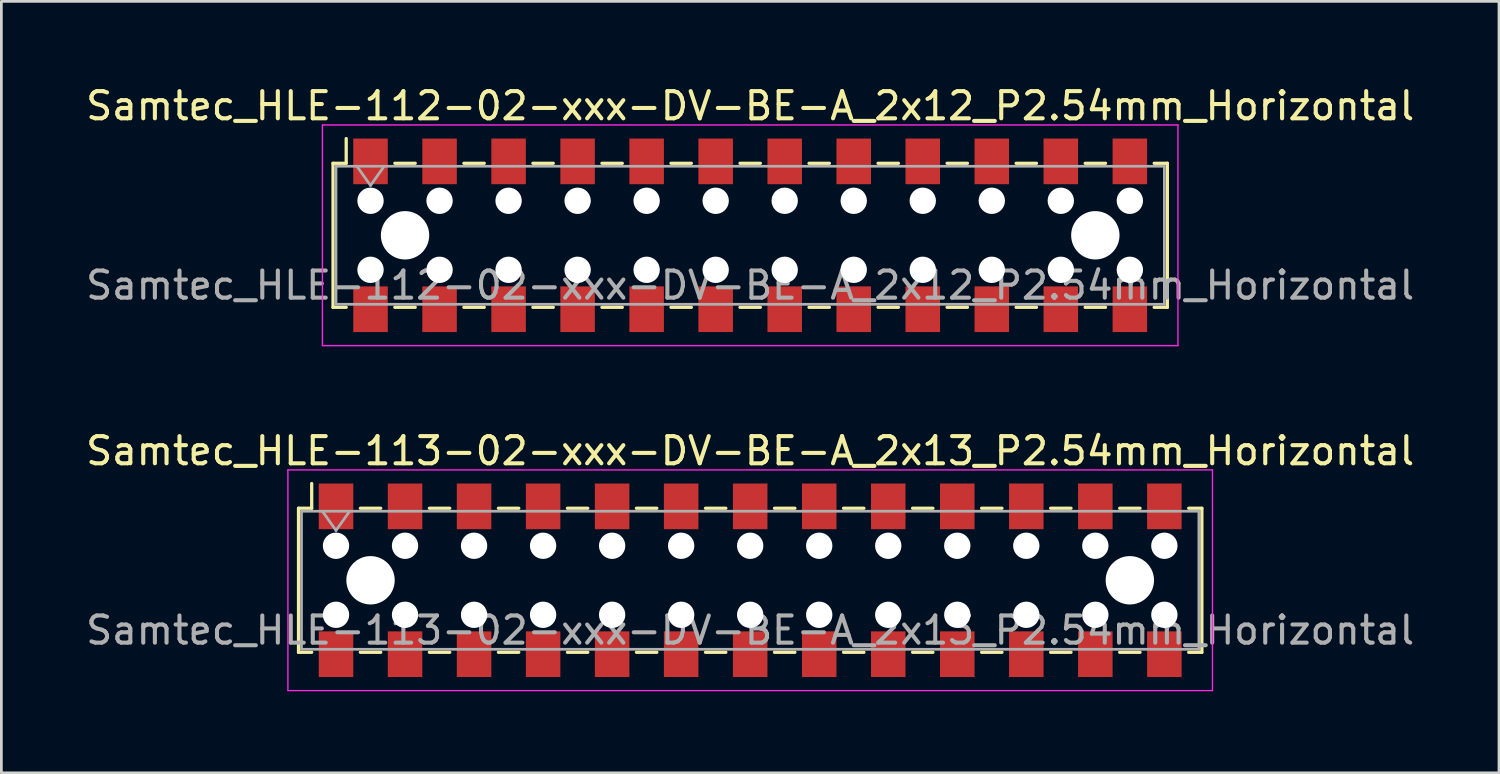
<source format=kicad_pcb>
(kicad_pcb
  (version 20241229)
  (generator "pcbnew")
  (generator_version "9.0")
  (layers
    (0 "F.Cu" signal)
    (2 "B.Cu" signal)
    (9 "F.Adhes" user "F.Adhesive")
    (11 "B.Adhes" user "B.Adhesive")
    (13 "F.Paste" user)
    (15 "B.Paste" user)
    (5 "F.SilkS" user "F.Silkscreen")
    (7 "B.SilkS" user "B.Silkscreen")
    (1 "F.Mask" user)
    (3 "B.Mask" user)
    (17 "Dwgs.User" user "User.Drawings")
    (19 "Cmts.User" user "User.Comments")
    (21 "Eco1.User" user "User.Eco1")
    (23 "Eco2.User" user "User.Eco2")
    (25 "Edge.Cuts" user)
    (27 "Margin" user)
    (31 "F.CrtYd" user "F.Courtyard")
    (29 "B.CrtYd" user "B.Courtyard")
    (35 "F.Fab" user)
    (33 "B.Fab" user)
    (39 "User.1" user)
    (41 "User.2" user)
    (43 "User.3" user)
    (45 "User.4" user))
  (footprint "Samtec_HLE-113-02-xxx-DV-BE-A_2x13_P2.54mm_Horizontal"
    (layer "F.Cu")
    (at 24.554 18.302)
    (property "Reference" "Samtec_HLE-113-02-xxx-DV-BE-A_2x13_P2.54mm_Horizontal" (at 0 -4.76 0) (layer "F.SilkS") (effects (font (size 1 1) (thickness 0.15))))
    (attr smd)
    (fp_line (start -16.62 -2.65) (end -16.62 2.65) (stroke (width 0.12) (type solid)) (layer "F.SilkS"))
    (fp_line (start -16.62 2.65) (end -16.135 2.65) (stroke (width 0.12) (type solid)) (layer "F.SilkS"))
    (fp_line (start -16.135 -3.56) (end -16.135 -2.65) (stroke (width 0.12) (type solid)) (layer "F.SilkS"))
    (fp_line (start -16.135 -2.65) (end -16.62 -2.65) (stroke (width 0.12) (type solid)) (layer "F.SilkS"))
    (fp_line (start -14.345 -2.65) (end -13.595 -2.65) (stroke (width 0.12) (type solid)) (layer "F.SilkS"))
    (fp_line (start -14.345 2.65) (end -13.595 2.65) (stroke (width 0.12) (type solid)) (layer "F.SilkS"))
    (fp_line (start -11.805 -2.65) (end -11.055 -2.65) (stroke (width 0.12) (type solid)) (layer "F.SilkS"))
    (fp_line (start -11.805 2.65) (end -11.055 2.65) (stroke (width 0.12) (type solid)) (layer "F.SilkS"))
    (fp_line (start -9.265 -2.65) (end -8.515 -2.65) (stroke (width 0.12) (type solid)) (layer "F.SilkS"))
    (fp_line (start -9.265 2.65) (end -8.515 2.65) (stroke (width 0.12) (type solid)) (layer "F.SilkS"))
    (fp_line (start -6.725 -2.65) (end -5.975 -2.65) (stroke (width 0.12) (type solid)) (layer "F.SilkS"))
    (fp_line (start -6.725 2.65) (end -5.975 2.65) (stroke (width 0.12) (type solid)) (layer "F.SilkS"))
    (fp_line (start -4.185 -2.65) (end -3.435 -2.65) (stroke (width 0.12) (type solid)) (layer "F.SilkS"))
    (fp_line (start -4.185 2.65) (end -3.435 2.65) (stroke (width 0.12) (type solid)) (layer "F.SilkS"))
    (fp_line (start -1.645 -2.65) (end -0.895 -2.65) (stroke (width 0.12) (type solid)) (layer "F.SilkS"))
    (fp_line (start -1.645 2.65) (end -0.895 2.65) (stroke (width 0.12) (type solid)) (layer "F.SilkS"))
    (fp_line (start 0.895 -2.65) (end 1.645 -2.65) (stroke (width 0.12) (type solid)) (layer "F.SilkS"))
    (fp_line (start 0.895 2.65) (end 1.645 2.65) (stroke (width 0.12) (type solid)) (layer "F.SilkS"))
    (fp_line (start 3.435 -2.65) (end 4.185 -2.65) (stroke (width 0.12) (type solid)) (layer "F.SilkS"))
    (fp_line (start 3.435 2.65) (end 4.185 2.65) (stroke (width 0.12) (type solid)) (layer "F.SilkS"))
    (fp_line (start 5.975 -2.65) (end 6.725 -2.65) (stroke (width 0.12) (type solid)) (layer "F.SilkS"))
    (fp_line (start 5.975 2.65) (end 6.725 2.65) (stroke (width 0.12) (type solid)) (layer "F.SilkS"))
    (fp_line (start 8.515 -2.65) (end 9.265 -2.65) (stroke (width 0.12) (type solid)) (layer "F.SilkS"))
    (fp_line (start 8.515 2.65) (end 9.265 2.65) (stroke (width 0.12) (type solid)) (layer "F.SilkS"))
    (fp_line (start 11.055 -2.65) (end 11.805 -2.65) (stroke (width 0.12) (type solid)) (layer "F.SilkS"))
    (fp_line (start 11.055 2.65) (end 11.805 2.65) (stroke (width 0.12) (type solid)) (layer "F.SilkS"))
    (fp_line (start 13.595 -2.65) (end 14.345 -2.65) (stroke (width 0.12) (type solid)) (layer "F.SilkS"))
    (fp_line (start 13.595 2.65) (end 14.345 2.65) (stroke (width 0.12) (type solid)) (layer "F.SilkS"))
    (fp_line (start 16.135 -2.65) (end 16.62 -2.65) (stroke (width 0.12) (type solid)) (layer "F.SilkS"))
    (fp_line (start 16.62 -2.65) (end 16.62 2.65) (stroke (width 0.12) (type solid)) (layer "F.SilkS"))
    (fp_line (start 16.62 2.65) (end 16.135 2.65) (stroke (width 0.12) (type solid)) (layer "F.SilkS"))
    (fp_line (start -17.01 -4.06) (end 17.01 -4.06) (stroke (width 0.05) (type solid)) (layer "F.CrtYd"))
    (fp_line (start -17.01 4.06) (end -17.01 -4.06) (stroke (width 0.05) (type solid)) (layer "F.CrtYd"))
    (fp_line (start 17.01 -4.06) (end 17.01 4.06) (stroke (width 0.05) (type solid)) (layer "F.CrtYd"))
    (fp_line (start 17.01 4.06) (end -17.01 4.06) (stroke (width 0.05) (type solid)) (layer "F.CrtYd"))
    (fp_line (start -16.51 -2.54) (end 16.51 -2.54) (stroke (width 0.1) (type solid)) (layer "F.Fab"))
    (fp_line (start -16.51 2.54) (end -16.51 -2.54) (stroke (width 0.1) (type solid)) (layer "F.Fab"))
    (fp_line (start -15.74 -2.54) (end -15.24 -1.833) (stroke (width 0.1) (type solid)) (layer "F.Fab"))
    (fp_line (start -15.24 -1.833) (end -14.74 -2.54) (stroke (width 0.1) (type solid)) (layer "F.Fab"))
    (fp_line (start 16.51 -2.54) (end 16.51 2.54) (stroke (width 0.1) (type solid)) (layer "F.Fab"))
    (fp_line (start 16.51 2.54) (end -16.51 2.54) (stroke (width 0.1) (type solid)) (layer "F.Fab"))
    (fp_text user "${REFERENCE}" (at 0 1.84 0) (layer "F.Fab") (effects (font (size 1 1) (thickness 0.15))))
    (pad "" np_thru_hole circle (at -15.24 -1.27) (size 0.97 0.97) (drill 0.97) (layers "*.Cu" "*.Mask"))
    (pad "" np_thru_hole circle (at -15.24 1.27) (size 0.97 0.97) (drill 0.97) (layers "*.Cu" "*.Mask"))
    (pad "" np_thru_hole circle (at -13.97 0) (size 1.78 1.78) (drill 1.78) (layers "*.Cu" "*.Mask"))
    (pad "" np_thru_hole circle (at -12.7 -1.27) (size 0.97 0.97) (drill 0.97) (layers "*.Cu" "*.Mask"))
    (pad "" np_thru_hole circle (at -12.7 1.27) (size 0.97 0.97) (drill 0.97) (layers "*.Cu" "*.Mask"))
    (pad "" np_thru_hole circle (at -10.16 -1.27) (size 0.97 0.97) (drill 0.97) (layers "*.Cu" "*.Mask"))
    (pad "" np_thru_hole circle (at -10.16 1.27) (size 0.97 0.97) (drill 0.97) (layers "*.Cu" "*.Mask"))
    (pad "" np_thru_hole circle (at -7.62 -1.27) (size 0.97 0.97) (drill 0.97) (layers "*.Cu" "*.Mask"))
    (pad "" np_thru_hole circle (at -7.62 1.27) (size 0.97 0.97) (drill 0.97) (layers "*.Cu" "*.Mask"))
    (pad "" np_thru_hole circle (at -5.08 -1.27) (size 0.97 0.97) (drill 0.97) (layers "*.Cu" "*.Mask"))
    (pad "" np_thru_hole circle (at -5.08 1.27) (size 0.97 0.97) (drill 0.97) (layers "*.Cu" "*.Mask"))
    (pad "" np_thru_hole circle (at -2.54 -1.27) (size 0.97 0.97) (drill 0.97) (layers "*.Cu" "*.Mask"))
    (pad "" np_thru_hole circle (at -2.54 1.27) (size 0.97 0.97) (drill 0.97) (layers "*.Cu" "*.Mask"))
    (pad "" np_thru_hole circle (at 0 -1.27) (size 0.97 0.97) (drill 0.97) (layers "*.Cu" "*.Mask"))
    (pad "" np_thru_hole circle (at 0 1.27) (size 0.97 0.97) (drill 0.97) (layers "*.Cu" "*.Mask"))
    (pad "" np_thru_hole circle (at 2.54 -1.27) (size 0.97 0.97) (drill 0.97) (layers "*.Cu" "*.Mask"))
    (pad "" np_thru_hole circle (at 2.54 1.27) (size 0.97 0.97) (drill 0.97) (layers "*.Cu" "*.Mask"))
    (pad "" np_thru_hole circle (at 5.08 -1.27) (size 0.97 0.97) (drill 0.97) (layers "*.Cu" "*.Mask"))
    (pad "" np_thru_hole circle (at 5.08 1.27) (size 0.97 0.97) (drill 0.97) (layers "*.Cu" "*.Mask"))
    (pad "" np_thru_hole circle (at 7.62 -1.27) (size 0.97 0.97) (drill 0.97) (layers "*.Cu" "*.Mask"))
    (pad "" np_thru_hole circle (at 7.62 1.27) (size 0.97 0.97) (drill 0.97) (layers "*.Cu" "*.Mask"))
    (pad "" np_thru_hole circle (at 10.16 -1.27) (size 0.97 0.97) (drill 0.97) (layers "*.Cu" "*.Mask"))
    (pad "" np_thru_hole circle (at 10.16 1.27) (size 0.97 0.97) (drill 0.97) (layers "*.Cu" "*.Mask"))
    (pad "" np_thru_hole circle (at 12.7 -1.27) (size 0.97 0.97) (drill 0.97) (layers "*.Cu" "*.Mask"))
    (pad "" np_thru_hole circle (at 12.7 1.27) (size 0.97 0.97) (drill 0.97) (layers "*.Cu" "*.Mask"))
    (pad "" np_thru_hole circle (at 13.97 0) (size 1.78 1.78) (drill 1.78) (layers "*.Cu" "*.Mask"))
    (pad "" np_thru_hole circle (at 15.24 -1.27) (size 0.97 0.97) (drill 0.97) (layers "*.Cu" "*.Mask"))
    (pad "" np_thru_hole circle (at 15.24 1.27) (size 0.97 0.97) (drill 0.97) (layers "*.Cu" "*.Mask"))
    (pad "1" smd rect (at -15.24 -2.72) (size 1.27 1.68) (layers "F.Cu" "F.Mask" "F.Paste"))
    (pad "2" smd rect (at -15.24 2.72) (size 1.27 1.68) (layers "F.Cu" "F.Mask" "F.Paste"))
    (pad "3" smd rect (at -12.7 -2.72) (size 1.27 1.68) (layers "F.Cu" "F.Mask" "F.Paste"))
    (pad "4" smd rect (at -12.7 2.72) (size 1.27 1.68) (layers "F.Cu" "F.Mask" "F.Paste"))
    (pad "5" smd rect (at -10.16 -2.72) (size 1.27 1.68) (layers "F.Cu" "F.Mask" "F.Paste"))
    (pad "6" smd rect (at -10.16 2.72) (size 1.27 1.68) (layers "F.Cu" "F.Mask" "F.Paste"))
    (pad "7" smd rect (at -7.62 -2.72) (size 1.27 1.68) (layers "F.Cu" "F.Mask" "F.Paste"))
    (pad "8" smd rect (at -7.62 2.72) (size 1.27 1.68) (layers "F.Cu" "F.Mask" "F.Paste"))
    (pad "9" smd rect (at -5.08 -2.72) (size 1.27 1.68) (layers "F.Cu" "F.Mask" "F.Paste"))
    (pad "10" smd rect (at -5.08 2.72) (size 1.27 1.68) (layers "F.Cu" "F.Mask" "F.Paste"))
    (pad "11" smd rect (at -2.54 -2.72) (size 1.27 1.68) (layers "F.Cu" "F.Mask" "F.Paste"))
    (pad "12" smd rect (at -2.54 2.72) (size 1.27 1.68) (layers "F.Cu" "F.Mask" "F.Paste"))
    (pad "13" smd rect (at 0 -2.72) (size 1.27 1.68) (layers "F.Cu" "F.Mask" "F.Paste"))
    (pad "14" smd rect (at 0 2.72) (size 1.27 1.68) (layers "F.Cu" "F.Mask" "F.Paste"))
    (pad "15" smd rect (at 2.54 -2.72) (size 1.27 1.68) (layers "F.Cu" "F.Mask" "F.Paste"))
    (pad "16" smd rect (at 2.54 2.72) (size 1.27 1.68) (layers "F.Cu" "F.Mask" "F.Paste"))
    (pad "17" smd rect (at 5.08 -2.72) (size 1.27 1.68) (layers "F.Cu" "F.Mask" "F.Paste"))
    (pad "18" smd rect (at 5.08 2.72) (size 1.27 1.68) (layers "F.Cu" "F.Mask" "F.Paste"))
    (pad "19" smd rect (at 7.62 -2.72) (size 1.27 1.68) (layers "F.Cu" "F.Mask" "F.Paste"))
    (pad "20" smd rect (at 7.62 2.72) (size 1.27 1.68) (layers "F.Cu" "F.Mask" "F.Paste"))
    (pad "21" smd rect (at 10.16 -2.72) (size 1.27 1.68) (layers "F.Cu" "F.Mask" "F.Paste"))
    (pad "22" smd rect (at 10.16 2.72) (size 1.27 1.68) (layers "F.Cu" "F.Mask" "F.Paste"))
    (pad "23" smd rect (at 12.7 -2.72) (size 1.27 1.68) (layers "F.Cu" "F.Mask" "F.Paste"))
    (pad "24" smd rect (at 12.7 2.72) (size 1.27 1.68) (layers "F.Cu" "F.Mask" "F.Paste"))
    (pad "25" smd rect (at 15.24 -2.72) (size 1.27 1.68) (layers "F.Cu" "F.Mask" "F.Paste"))
    (pad "26" smd rect (at 15.24 2.72) (size 1.27 1.68) (layers "F.Cu" "F.Mask" "F.Paste")))
  (footprint "Samtec_HLE-112-02-xxx-DV-BE-A_2x12_P2.54mm_Horizontal"
    (layer "F.Cu")
    (at 24.554 5.608)
    (property "Reference" "Samtec_HLE-112-02-xxx-DV-BE-A_2x12_P2.54mm_Horizontal" (at 0 -4.76 0) (layer "F.SilkS") (effects (font (size 1 1) (thickness 0.15))))
    (attr smd)
    (fp_line (start -15.35 -2.65) (end -15.35 2.65) (stroke (width 0.12) (type solid)) (layer "F.SilkS"))
    (fp_line (start -15.35 2.65) (end -14.865 2.65) (stroke (width 0.12) (type solid)) (layer "F.SilkS"))
    (fp_line (start -14.865 -3.56) (end -14.865 -2.65) (stroke (width 0.12) (type solid)) (layer "F.SilkS"))
    (fp_line (start -14.865 -2.65) (end -15.35 -2.65) (stroke (width 0.12) (type solid)) (layer "F.SilkS"))
    (fp_line (start -13.075 -2.65) (end -12.325 -2.65) (stroke (width 0.12) (type solid)) (layer "F.SilkS"))
    (fp_line (start -13.075 2.65) (end -12.325 2.65) (stroke (width 0.12) (type solid)) (layer "F.SilkS"))
    (fp_line (start -10.535 -2.65) (end -9.785 -2.65) (stroke (width 0.12) (type solid)) (layer "F.SilkS"))
    (fp_line (start -10.535 2.65) (end -9.785 2.65) (stroke (width 0.12) (type solid)) (layer "F.SilkS"))
    (fp_line (start -7.995 -2.65) (end -7.245 -2.65) (stroke (width 0.12) (type solid)) (layer "F.SilkS"))
    (fp_line (start -7.995 2.65) (end -7.245 2.65) (stroke (width 0.12) (type solid)) (layer "F.SilkS"))
    (fp_line (start -5.455 -2.65) (end -4.705 -2.65) (stroke (width 0.12) (type solid)) (layer "F.SilkS"))
    (fp_line (start -5.455 2.65) (end -4.705 2.65) (stroke (width 0.12) (type solid)) (layer "F.SilkS"))
    (fp_line (start -2.915 -2.65) (end -2.165 -2.65) (stroke (width 0.12) (type solid)) (layer "F.SilkS"))
    (fp_line (start -2.915 2.65) (end -2.165 2.65) (stroke (width 0.12) (type solid)) (layer "F.SilkS"))
    (fp_line (start -0.375 -2.65) (end 0.375 -2.65) (stroke (width 0.12) (type solid)) (layer "F.SilkS"))
    (fp_line (start -0.375 2.65) (end 0.375 2.65) (stroke (width 0.12) (type solid)) (layer "F.SilkS"))
    (fp_line (start 2.165 -2.65) (end 2.915 -2.65) (stroke (width 0.12) (type solid)) (layer "F.SilkS"))
    (fp_line (start 2.165 2.65) (end 2.915 2.65) (stroke (width 0.12) (type solid)) (layer "F.SilkS"))
    (fp_line (start 4.705 -2.65) (end 5.455 -2.65) (stroke (width 0.12) (type solid)) (layer "F.SilkS"))
    (fp_line (start 4.705 2.65) (end 5.455 2.65) (stroke (width 0.12) (type solid)) (layer "F.SilkS"))
    (fp_line (start 7.245 -2.65) (end 7.995 -2.65) (stroke (width 0.12) (type solid)) (layer "F.SilkS"))
    (fp_line (start 7.245 2.65) (end 7.995 2.65) (stroke (width 0.12) (type solid)) (layer "F.SilkS"))
    (fp_line (start 9.785 -2.65) (end 10.535 -2.65) (stroke (width 0.12) (type solid)) (layer "F.SilkS"))
    (fp_line (start 9.785 2.65) (end 10.535 2.65) (stroke (width 0.12) (type solid)) (layer "F.SilkS"))
    (fp_line (start 12.325 -2.65) (end 13.075 -2.65) (stroke (width 0.12) (type solid)) (layer "F.SilkS"))
    (fp_line (start 12.325 2.65) (end 13.075 2.65) (stroke (width 0.12) (type solid)) (layer "F.SilkS"))
    (fp_line (start 14.865 -2.65) (end 15.35 -2.65) (stroke (width 0.12) (type solid)) (layer "F.SilkS"))
    (fp_line (start 15.35 -2.65) (end 15.35 2.65) (stroke (width 0.12) (type solid)) (layer "F.SilkS"))
    (fp_line (start 15.35 2.65) (end 14.865 2.65) (stroke (width 0.12) (type solid)) (layer "F.SilkS"))
    (fp_line (start -15.74 -4.06) (end 15.74 -4.06) (stroke (width 0.05) (type solid)) (layer "F.CrtYd"))
    (fp_line (start -15.74 4.06) (end -15.74 -4.06) (stroke (width 0.05) (type solid)) (layer "F.CrtYd"))
    (fp_line (start 15.74 -4.06) (end 15.74 4.06) (stroke (width 0.05) (type solid)) (layer "F.CrtYd"))
    (fp_line (start 15.74 4.06) (end -15.74 4.06) (stroke (width 0.05) (type solid)) (layer "F.CrtYd"))
    (fp_line (start -15.24 -2.54) (end 15.24 -2.54) (stroke (width 0.1) (type solid)) (layer "F.Fab"))
    (fp_line (start -15.24 2.54) (end -15.24 -2.54) (stroke (width 0.1) (type solid)) (layer "F.Fab"))
    (fp_line (start -14.47 -2.54) (end -13.97 -1.833) (stroke (width 0.1) (type solid)) (layer "F.Fab"))
    (fp_line (start -13.97 -1.833) (end -13.47 -2.54) (stroke (width 0.1) (type solid)) (layer "F.Fab"))
    (fp_line (start 15.24 -2.54) (end 15.24 2.54) (stroke (width 0.1) (type solid)) (layer "F.Fab"))
    (fp_line (start 15.24 2.54) (end -15.24 2.54) (stroke (width 0.1) (type solid)) (layer "F.Fab"))
    (fp_text user "${REFERENCE}" (at 0 1.84 0) (layer "F.Fab") (effects (font (size 1 1) (thickness 0.15))))
    (pad "" np_thru_hole circle (at -13.97 -1.27) (size 0.97 0.97) (drill 0.97) (layers "*.Cu" "*.Mask"))
    (pad "" np_thru_hole circle (at -13.97 1.27) (size 0.97 0.97) (drill 0.97) (layers "*.Cu" "*.Mask"))
    (pad "" np_thru_hole circle (at -12.7 0) (size 1.78 1.78) (drill 1.78) (layers "*.Cu" "*.Mask"))
    (pad "" np_thru_hole circle (at -11.43 -1.27) (size 0.97 0.97) (drill 0.97) (layers "*.Cu" "*.Mask"))
    (pad "" np_thru_hole circle (at -11.43 1.27) (size 0.97 0.97) (drill 0.97) (layers "*.Cu" "*.Mask"))
    (pad "" np_thru_hole circle (at -8.89 -1.27) (size 0.97 0.97) (drill 0.97) (layers "*.Cu" "*.Mask"))
    (pad "" np_thru_hole circle (at -8.89 1.27) (size 0.97 0.97) (drill 0.97) (layers "*.Cu" "*.Mask"))
    (pad "" np_thru_hole circle (at -6.35 -1.27) (size 0.97 0.97) (drill 0.97) (layers "*.Cu" "*.Mask"))
    (pad "" np_thru_hole circle (at -6.35 1.27) (size 0.97 0.97) (drill 0.97) (layers "*.Cu" "*.Mask"))
    (pad "" np_thru_hole circle (at -3.81 -1.27) (size 0.97 0.97) (drill 0.97) (layers "*.Cu" "*.Mask"))
    (pad "" np_thru_hole circle (at -3.81 1.27) (size 0.97 0.97) (drill 0.97) (layers "*.Cu" "*.Mask"))
    (pad "" np_thru_hole circle (at -1.27 -1.27) (size 0.97 0.97) (drill 0.97) (layers "*.Cu" "*.Mask"))
    (pad "" np_thru_hole circle (at -1.27 1.27) (size 0.97 0.97) (drill 0.97) (layers "*.Cu" "*.Mask"))
    (pad "" np_thru_hole circle (at 1.27 -1.27) (size 0.97 0.97) (drill 0.97) (layers "*.Cu" "*.Mask"))
    (pad "" np_thru_hole circle (at 1.27 1.27) (size 0.97 0.97) (drill 0.97) (layers "*.Cu" "*.Mask"))
    (pad "" np_thru_hole circle (at 3.81 -1.27) (size 0.97 0.97) (drill 0.97) (layers "*.Cu" "*.Mask"))
    (pad "" np_thru_hole circle (at 3.81 1.27) (size 0.97 0.97) (drill 0.97) (layers "*.Cu" "*.Mask"))
    (pad "" np_thru_hole circle (at 6.35 -1.27) (size 0.97 0.97) (drill 0.97) (layers "*.Cu" "*.Mask"))
    (pad "" np_thru_hole circle (at 6.35 1.27) (size 0.97 0.97) (drill 0.97) (layers "*.Cu" "*.Mask"))
    (pad "" np_thru_hole circle (at 8.89 -1.27) (size 0.97 0.97) (drill 0.97) (layers "*.Cu" "*.Mask"))
    (pad "" np_thru_hole circle (at 8.89 1.27) (size 0.97 0.97) (drill 0.97) (layers "*.Cu" "*.Mask"))
    (pad "" np_thru_hole circle (at 11.43 -1.27) (size 0.97 0.97) (drill 0.97) (layers "*.Cu" "*.Mask"))
    (pad "" np_thru_hole circle (at 11.43 1.27) (size 0.97 0.97) (drill 0.97) (layers "*.Cu" "*.Mask"))
    (pad "" np_thru_hole circle (at 12.7 0) (size 1.78 1.78) (drill 1.78) (layers "*.Cu" "*.Mask"))
    (pad "" np_thru_hole circle (at 13.97 -1.27) (size 0.97 0.97) (drill 0.97) (layers "*.Cu" "*.Mask"))
    (pad "" np_thru_hole circle (at 13.97 1.27) (size 0.97 0.97) (drill 0.97) (layers "*.Cu" "*.Mask"))
    (pad "1" smd rect (at -13.97 -2.72) (size 1.27 1.68) (layers "F.Cu" "F.Mask" "F.Paste"))
    (pad "2" smd rect (at -13.97 2.72) (size 1.27 1.68) (layers "F.Cu" "F.Mask" "F.Paste"))
    (pad "3" smd rect (at -11.43 -2.72) (size 1.27 1.68) (layers "F.Cu" "F.Mask" "F.Paste"))
    (pad "4" smd rect (at -11.43 2.72) (size 1.27 1.68) (layers "F.Cu" "F.Mask" "F.Paste"))
    (pad "5" smd rect (at -8.89 -2.72) (size 1.27 1.68) (layers "F.Cu" "F.Mask" "F.Paste"))
    (pad "6" smd rect (at -8.89 2.72) (size 1.27 1.68) (layers "F.Cu" "F.Mask" "F.Paste"))
    (pad "7" smd rect (at -6.35 -2.72) (size 1.27 1.68) (layers "F.Cu" "F.Mask" "F.Paste"))
    (pad "8" smd rect (at -6.35 2.72) (size 1.27 1.68) (layers "F.Cu" "F.Mask" "F.Paste"))
    (pad "9" smd rect (at -3.81 -2.72) (size 1.27 1.68) (layers "F.Cu" "F.Mask" "F.Paste"))
    (pad "10" smd rect (at -3.81 2.72) (size 1.27 1.68) (layers "F.Cu" "F.Mask" "F.Paste"))
    (pad "11" smd rect (at -1.27 -2.72) (size 1.27 1.68) (layers "F.Cu" "F.Mask" "F.Paste"))
    (pad "12" smd rect (at -1.27 2.72) (size 1.27 1.68) (layers "F.Cu" "F.Mask" "F.Paste"))
    (pad "13" smd rect (at 1.27 -2.72) (size 1.27 1.68) (layers "F.Cu" "F.Mask" "F.Paste"))
    (pad "14" smd rect (at 1.27 2.72) (size 1.27 1.68) (layers "F.Cu" "F.Mask" "F.Paste"))
    (pad "15" smd rect (at 3.81 -2.72) (size 1.27 1.68) (layers "F.Cu" "F.Mask" "F.Paste"))
    (pad "16" smd rect (at 3.81 2.72) (size 1.27 1.68) (layers "F.Cu" "F.Mask" "F.Paste"))
    (pad "17" smd rect (at 6.35 -2.72) (size 1.27 1.68) (layers "F.Cu" "F.Mask" "F.Paste"))
    (pad "18" smd rect (at 6.35 2.72) (size 1.27 1.68) (layers "F.Cu" "F.Mask" "F.Paste"))
    (pad "19" smd rect (at 8.89 -2.72) (size 1.27 1.68) (layers "F.Cu" "F.Mask" "F.Paste"))
    (pad "20" smd rect (at 8.89 2.72) (size 1.27 1.68) (layers "F.Cu" "F.Mask" "F.Paste"))
    (pad "21" smd rect (at 11.43 -2.72) (size 1.27 1.68) (layers "F.Cu" "F.Mask" "F.Paste"))
    (pad "22" smd rect (at 11.43 2.72) (size 1.27 1.68) (layers "F.Cu" "F.Mask" "F.Paste"))
    (pad "23" smd rect (at 13.97 -2.72) (size 1.27 1.68) (layers "F.Cu" "F.Mask" "F.Paste"))
    (pad "24" smd rect (at 13.97 2.72) (size 1.27 1.68) (layers "F.Cu" "F.Mask" "F.Paste")))
  (gr_rect
    (start -3 -3)
    (end 52.107 25.387)
    (stroke (width 0.1) (type default))
    (fill no)
    (layer "Edge.Cuts")))
</source>
